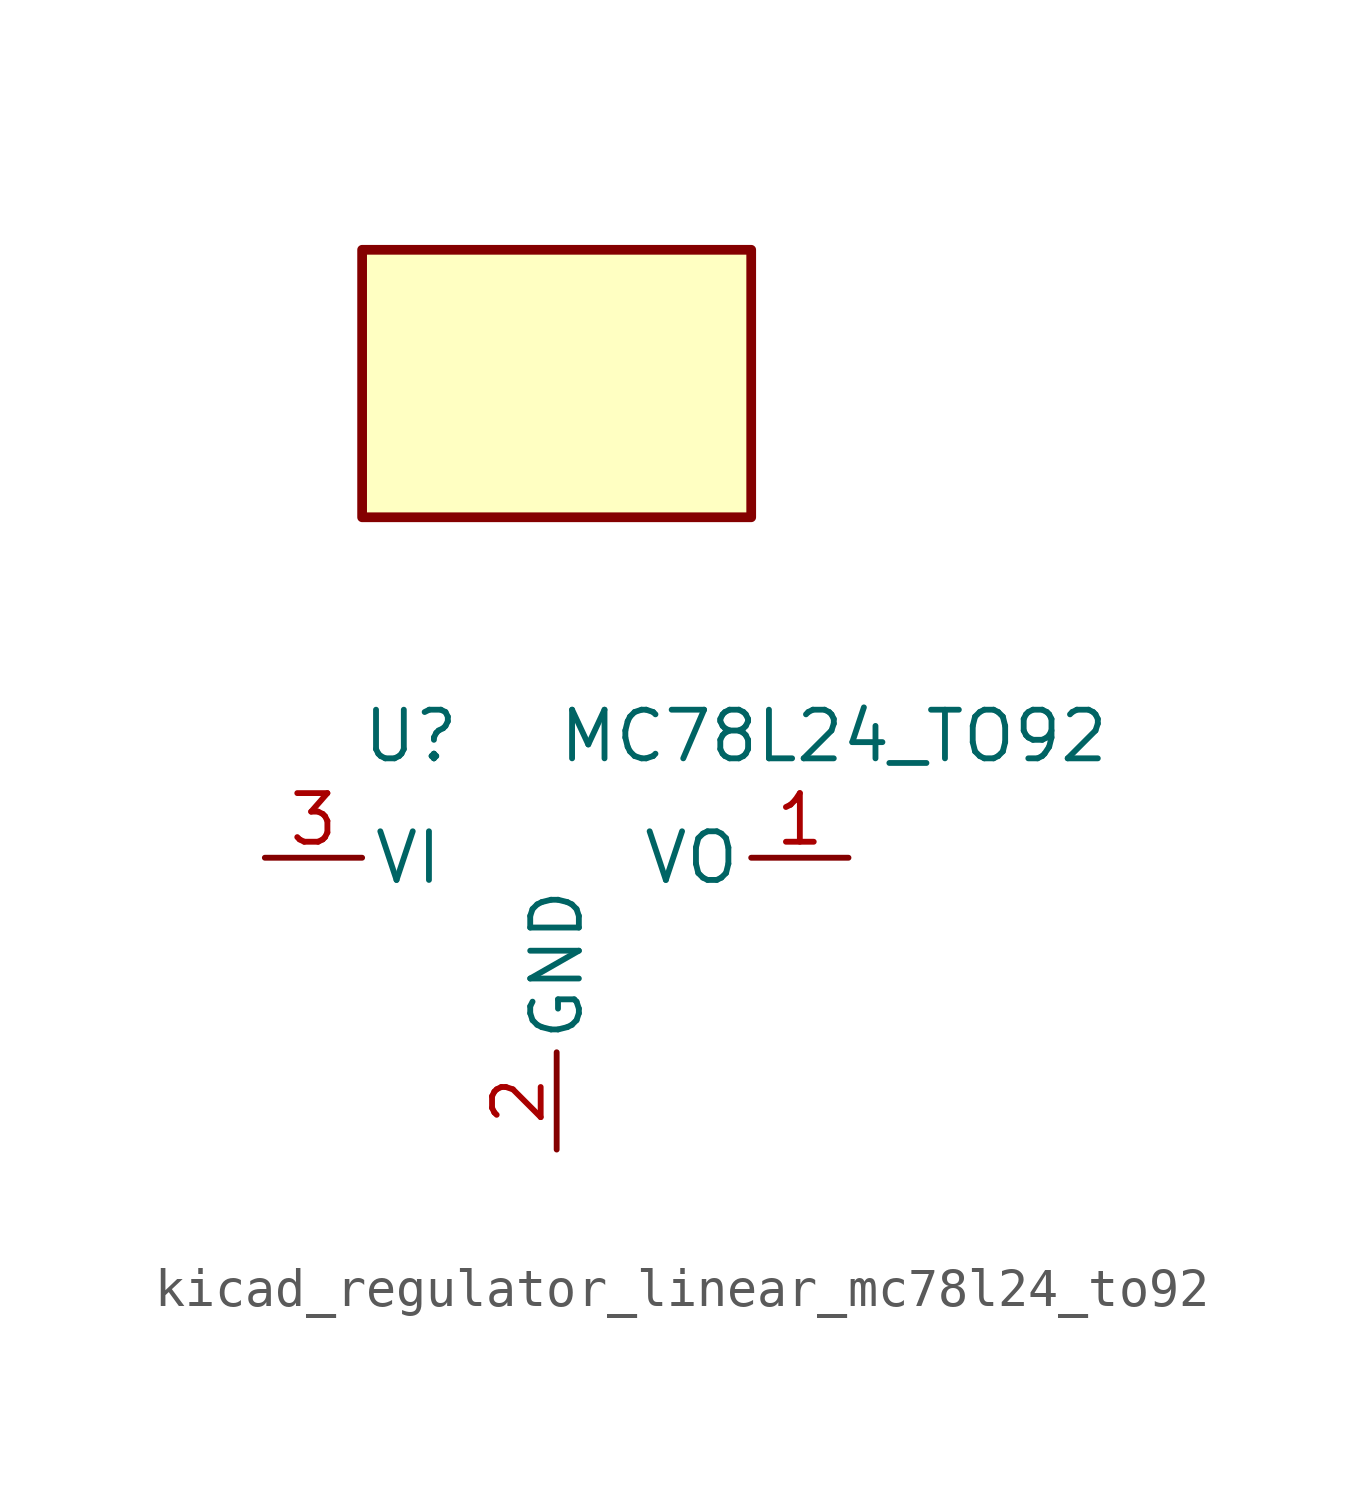
<source format=kicad_sym>
(kicad_symbol_lib
  (version 20220914)
  (generator kicad_symbol_editor)
  (symbol "kicad_regulator_linear_mc78l24_to92"
    (pin_names
      (offset 0.254))
    (property "Reference" "U"
      (at -3.81 3.175 0)
      (effects (font (size 1.27 1.27))))
    (property "Value" "MC78L24_TO92"
      (at 0 3.175 0)
      (effects (font (size 1.27 1.27)) (justify left)))
    (symbol "kicad_regulator_linear_mc78l24_to92_0_1"
      (rectangle (start 5.08 15.875) (end -5.08 8.89) (stroke (width 0.254) (type default)) (fill (type background))))
    (symbol "kicad_regulator_linear_mc78l24_to92_1_1"
      (pin power_out line (at 7.62 0 180) (length 2.54) (name "VO" (effects (font (size 1.27 1.27)))) (number "1" (effects (font (size 1.27 1.27)))))
      (pin power_in line (at 0 -7.62 90) (length 2.54) (name "GND" (effects (font (size 1.27 1.27)))) (number "2" (effects (font (size 1.27 1.27)))))
      (pin power_in line (at -7.62 0 0) (length 2.54) (name "VI" (effects (font (size 1.27 1.27)))) (number "3" (effects (font (size 1.27 1.27))))))))
</source>
